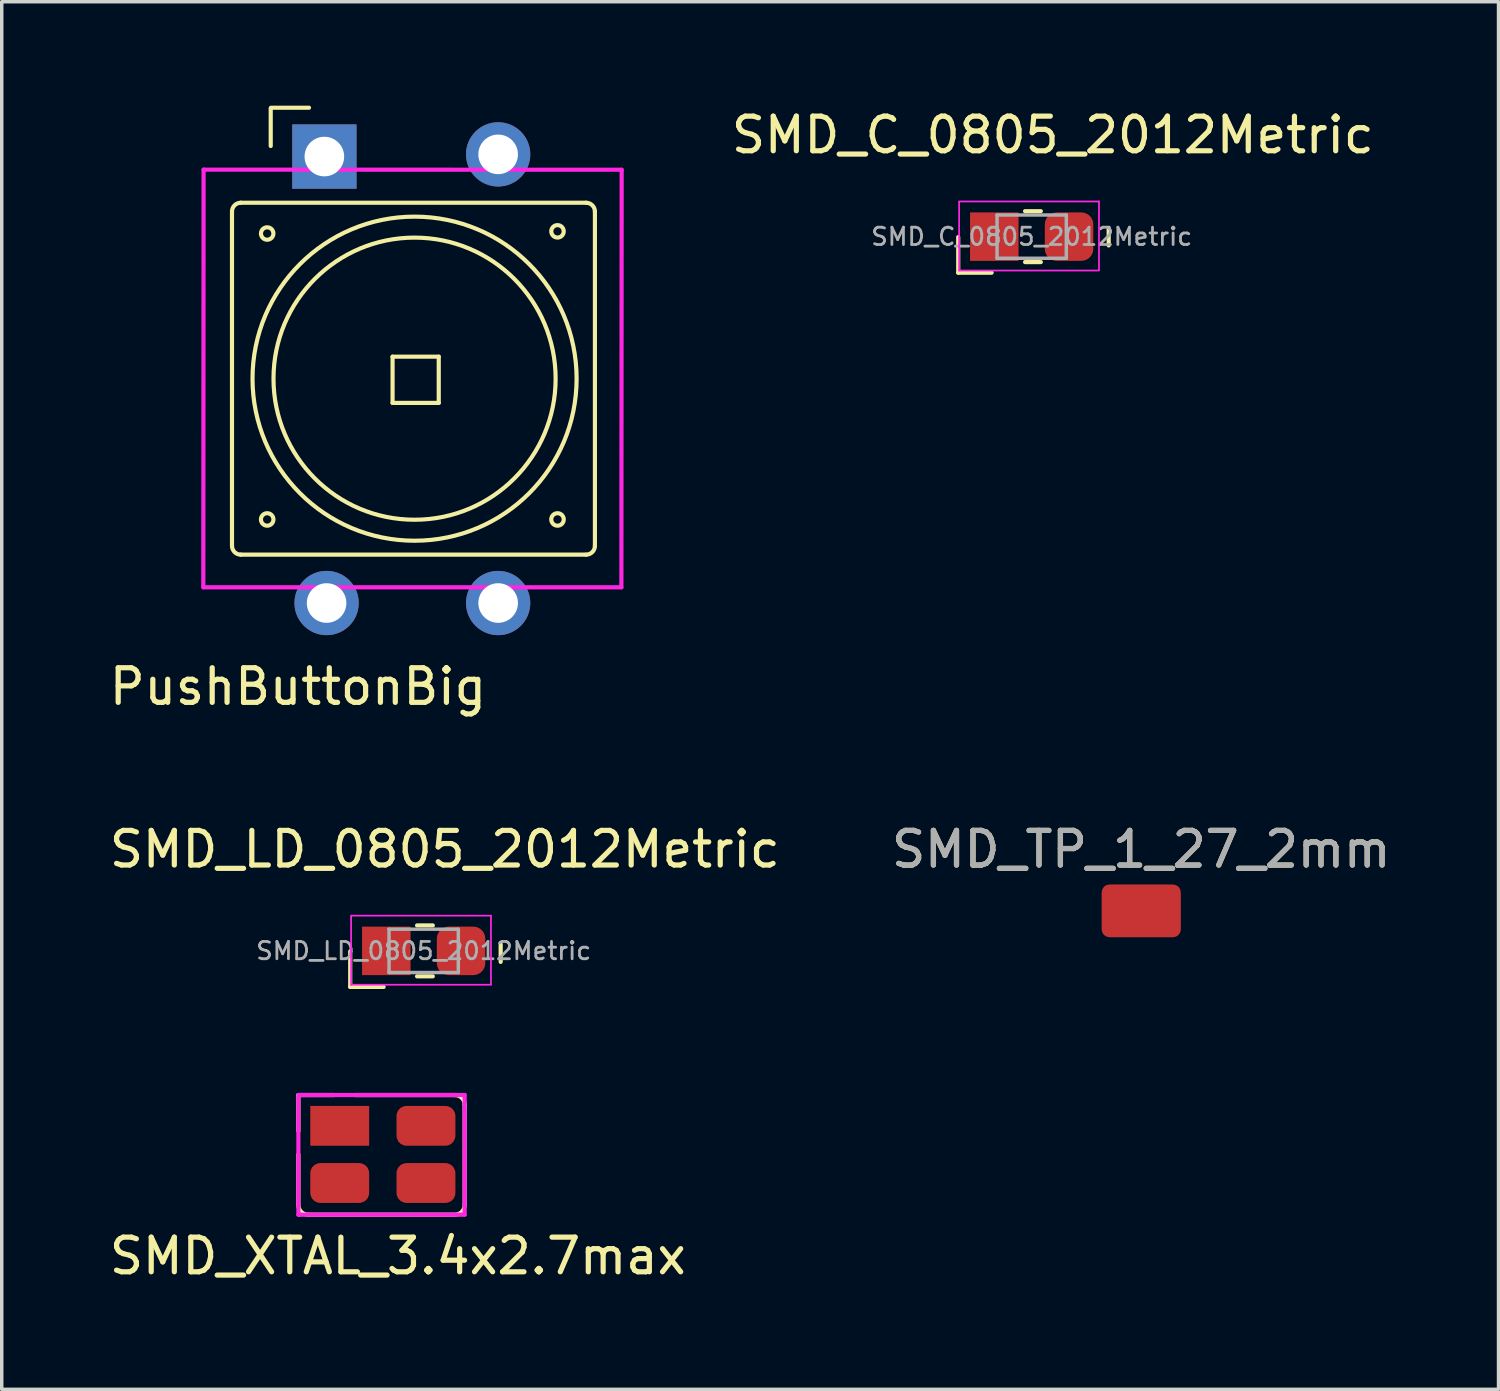
<source format=kicad_pcb>
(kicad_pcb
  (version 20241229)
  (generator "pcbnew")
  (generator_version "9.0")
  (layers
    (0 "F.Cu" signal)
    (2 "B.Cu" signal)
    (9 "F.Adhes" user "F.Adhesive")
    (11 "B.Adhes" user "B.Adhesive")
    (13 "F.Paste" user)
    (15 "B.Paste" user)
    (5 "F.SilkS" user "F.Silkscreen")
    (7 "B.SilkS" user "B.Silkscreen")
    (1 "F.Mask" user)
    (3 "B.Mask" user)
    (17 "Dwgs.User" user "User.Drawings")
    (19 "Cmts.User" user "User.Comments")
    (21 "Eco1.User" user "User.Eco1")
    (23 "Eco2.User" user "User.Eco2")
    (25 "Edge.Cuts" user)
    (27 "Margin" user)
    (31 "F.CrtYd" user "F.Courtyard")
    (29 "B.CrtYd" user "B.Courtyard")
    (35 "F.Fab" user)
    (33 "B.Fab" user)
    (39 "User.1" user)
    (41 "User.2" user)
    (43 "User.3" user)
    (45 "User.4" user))
  (footprint "PushButtonBig"
    (layer "F.Cu")
    (at 8.906 7.947)
    (property "Reference" "PushButtonBig" (at -3.353 8.826 0) (layer "F.SilkS") (effects (font (size 1 1) (thickness 0.15))))
    (attr through_hole)
    (fp_line (start -5.258 4.763) (end -5.258 -4.889) (stroke (width 0.12) (type solid)) (layer "F.SilkS"))
    (fp_line (start -4.14 -7.874) (end -4.14 -6.782) (stroke (width 0.12) (type solid)) (layer "F.SilkS"))
    (fp_line (start -4.128 -7.887) (end -3.035 -7.887) (stroke (width 0.12) (type solid)) (layer "F.SilkS"))
    (fp_line (start -0.622 -0.699) (end 0.711 -0.699) (stroke (width 0.12) (type solid)) (layer "F.SilkS"))
    (fp_line (start -0.622 0.635) (end -0.622 -0.699) (stroke (width 0.12) (type solid)) (layer "F.SilkS"))
    (fp_line (start 0.711 -0.699) (end 0.711 0.635) (stroke (width 0.12) (type solid)) (layer "F.SilkS"))
    (fp_line (start 0.711 0.635) (end -0.622 0.635) (stroke (width 0.12) (type solid)) (layer "F.SilkS"))
    (fp_line (start 4.966 -5.144) (end -5.004 -5.144) (stroke (width 0.12) (type solid)) (layer "F.SilkS"))
    (fp_line (start 4.966 5.016) (end -5.004 5.016) (stroke (width 0.12) (type solid)) (layer "F.SilkS"))
    (fp_line (start 5.22 -4.889) (end 5.22 4.763) (stroke (width 0.12) (type solid)) (layer "F.SilkS"))
    (fp_arc (start -5.2578 -4.8895) (mid -5.183405 -5.069105) (end -5.0038 -5.1435) (stroke (width 0.12) (type solid)) (layer "F.SilkS"))
    (fp_arc (start -5.0038 5.0165) (mid -5.183405 4.942105) (end -5.2578 4.7625) (stroke (width 0.12) (type solid)) (layer "F.SilkS"))
    (fp_arc (start 4.9657 -5.1435) (mid 5.145305 -5.069105) (end 5.2197 -4.8895) (stroke (width 0.12) (type solid)) (layer "F.SilkS"))
    (fp_arc (start 5.2197 4.7625) (mid 5.145305 4.942105) (end 4.9657 5.0165) (stroke (width 0.12) (type solid)) (layer "F.SilkS"))
    (fp_circle (center -4.242 -4.255) (end -4.115 -4.128) (stroke (width 0.12) (type solid)) (fill no) (layer "F.SilkS"))
    (fp_circle (center -4.242 4) (end -4.115 4.128) (stroke (width 0.12) (type solid)) (fill no) (layer "F.SilkS"))
    (fp_circle (center 0.013 -0.064) (end 3.505 2.032) (stroke (width 0.12) (type solid)) (fill no) (layer "F.SilkS"))
    (fp_circle (center 0.013 -0.064) (end 4.648 0.572) (stroke (width 0.12) (type solid)) (fill no) (layer "F.SilkS"))
    (fp_circle (center 4.14 -4.318) (end 4.267 -4.191) (stroke (width 0.12) (type solid)) (fill no) (layer "F.SilkS"))
    (fp_circle (center 4.14 4) (end 4.267 4.128) (stroke (width 0.12) (type solid)) (fill no) (layer "F.SilkS"))
    (fp_line (start -6.086 5.959) (end -6.078 -6.099) (stroke (width 0.12) (type solid)) (layer "F.CrtYd"))
    (fp_line (start 5.984 5.959) (end -6.086 5.959) (stroke (width 0.12) (type solid)) (layer "F.CrtYd"))
    (fp_line (start 5.992 -6.096) (end -6.078 -6.099) (stroke (width 0.12) (type solid)) (layer "F.CrtYd"))
    (fp_line (start 5.992 -6.096) (end 5.984 5.959) (stroke (width 0.12) (type solid)) (layer "F.CrtYd"))
    (pad "1" thru_hole rect (at -2.591 -6.477) (size 1.856 1.856) (drill 1.143) (layers "*.Cu" "*.Mask"))
    (pad "1" thru_hole circle (at -2.527 6.413) (size 1.856 1.856) (drill 1.143) (layers "*.Cu" "*.Mask"))
    (pad "2" thru_hole circle (at 2.426 -6.54) (size 1.856 1.856) (drill 1.143) (layers "*.Cu" "*.Mask"))
    (pad "2" thru_hole circle (at 2.426 6.413) (size 1.856 1.856) (drill 1.143) (layers "*.Cu" "*.Mask")))
  (footprint "SMD_LD_0805_2012Metric"
    (layer "F.Cu")
    (at 9.182 24.403)
    (property "Reference" "SMD_LD_0805_2012Metric" (at 0.61 -2.934 0) (layer "F.SilkS") (effects (font (size 1 1) (thickness 0.15))))
    (attr smd)
    (fp_line (start -2.121 1.041) (end -2.121 0.013) (stroke (width 0.12) (type solid)) (layer "F.SilkS"))
    (fp_line (start -2.121 1.041) (end -1.156 1.041) (stroke (width 0.12) (type solid)) (layer "F.SilkS"))
    (fp_line (start -0.191 -0.735) (end 0.264 -0.735) (stroke (width 0.12) (type solid)) (layer "F.SilkS"))
    (fp_line (start -0.191 0.735) (end 0.264 0.735) (stroke (width 0.12) (type solid)) (layer "F.SilkS"))
    (fp_line (start 2.223 -0.191) (end 2.223 0.318) (stroke (width 0.12) (type solid)) (layer "F.SilkS"))
    (fp_line (start -2.095 -1.016) (end 1.943 -1.016) (stroke (width 0.05) (type solid)) (layer "F.CrtYd"))
    (fp_line (start -2.095 0.978) (end -2.095 -1.003) (stroke (width 0.05) (type solid)) (layer "F.CrtYd"))
    (fp_line (start 1.943 -1.016) (end 1.943 0.965) (stroke (width 0.05) (type solid)) (layer "F.CrtYd"))
    (fp_line (start 1.943 0.978) (end -2.095 0.978) (stroke (width 0.05) (type solid)) (layer "F.CrtYd"))
    (fp_line (start -1 -0.625) (end 1 -0.625) (stroke (width 0.1) (type solid)) (layer "F.Fab"))
    (fp_line (start -1 0.625) (end -1 -0.625) (stroke (width 0.1) (type solid)) (layer "F.Fab"))
    (fp_line (start 1 -0.625) (end 1 0.625) (stroke (width 0.1) (type solid)) (layer "F.Fab"))
    (fp_line (start 1 0.625) (end -1 0.625) (stroke (width 0.1) (type solid)) (layer "F.Fab"))
    (fp_text user "${REFERENCE}" (at 0 0 0) (layer "F.Fab") (effects (font (size 0.5 0.5) (thickness 0.08))))
    (pad "1" smd rect (at -1.079 0) (size 1.4 1.4) (layers "F.Cu" "F.Mask" "F.Paste"))
    (pad "2" smd roundrect (at 1.079 0) (size 1.4 1.4) (layers "F.Cu" "F.Mask" "F.Paste") (roundrect_rratio 0.244)))
  (footprint "SMD_TP_1_27_2mm"
    (layer "F.Cu")
    (at 29.899 23.248)
    (property "Reference" "SMD_TP_1_27_2mm" (at 0 -1.778 0) (unlocked yes) (layer "F.SilkS") (effects (font (size 1 1) (thickness 0.15))))
    (attr smd)
    (fp_text user "${REFERENCE}" (at 0 -1.778 0) (unlocked yes) (layer "F.Fab") (effects (font (size 1 1) (thickness 0.15))))
    (pad "1" smd roundrect (at 0 0) (size 2.286 1.524) (layers "F.Cu" "F.Mask" "F.Paste") (roundrect_rratio 0.15)))
  (footprint "SMD_XTAL_3.4x2.7max"
    (layer "F.Cu")
    (at 8.003 30.267)
    (property "Reference" "SMD_XTAL_3.4x2.7max" (at 0.432 2.946 0) (layer "F.SilkS") (effects (font (size 1 1) (thickness 0.15))))
    (attr through_hole)
    (fp_line (start -2.438 -1.702) (end -1.397 -1.702) (stroke (width 0.12) (type solid)) (layer "F.SilkS"))
    (fp_line (start -2.438 -0.66) (end -2.438 -1.702) (stroke (width 0.12) (type solid)) (layer "F.SilkS"))
    (fp_line (start -2.438 0.013) (end -2.438 1.435) (stroke (width 0.12) (type solid)) (layer "F.SilkS"))
    (fp_line (start -0.8 -1.702) (end 2.108 -1.702) (stroke (width 0.12) (type solid)) (layer "F.SilkS"))
    (fp_line (start 2.045 1.753) (end -2.146 1.753) (stroke (width 0.12) (type solid)) (layer "F.SilkS"))
    (fp_line (start 2.362 1.448) (end 2.362 -1.422) (stroke (width 0.12) (type solid)) (layer "F.SilkS"))
    (fp_arc (start -2.159 1.7526) (mid -2.356566 1.670766) (end -2.4384 1.4732) (stroke (width 0.12) (type solid)) (layer "F.SilkS"))
    (fp_arc (start 2.0828 -1.7018) (mid 2.280366 -1.619966) (end 2.3622 -1.4224) (stroke (width 0.12) (type solid)) (layer "F.SilkS"))
    (fp_arc (start 2.3622 1.4732) (mid 2.280366 1.670766) (end 2.0828 1.7526) (stroke (width 0.12) (type solid)) (layer "F.SilkS"))
    (fp_line (start -2.438 1.753) (end -2.438 -1.702) (stroke (width 0.12) (type solid)) (layer "F.CrtYd"))
    (fp_line (start -2.413 -1.702) (end 2.362 -1.702) (stroke (width 0.12) (type solid)) (layer "F.CrtYd"))
    (fp_line (start -2.388 1.753) (end -2.438 1.753) (stroke (width 0.12) (type solid)) (layer "F.CrtYd"))
    (fp_line (start 2.362 -1.702) (end 2.362 1.753) (stroke (width 0.12) (type solid)) (layer "F.CrtYd"))
    (fp_line (start 2.362 1.753) (end -2.388 1.753) (stroke (width 0.12) (type solid)) (layer "F.CrtYd"))
    (pad "" smd roundrect (at -1.245 0.838) (size 1.7 1.15) (layers "F.Cu" "F.Mask" "F.Paste") (roundrect_rratio 0.25))
    (pad "" smd roundrect (at 1.245 0.838) (size 1.7 1.15) (layers "F.Cu" "F.Mask" "F.Paste") (roundrect_rratio 0.25))
    (pad "1" smd rect (at -1.245 -0.813) (size 1.7 1.15) (layers "F.Cu" "F.Mask" "F.Paste"))
    (pad "2" smd roundrect (at 1.245 -0.813) (size 1.7 1.15) (layers "F.Cu" "F.Mask" "F.Paste") (roundrect_rratio 0.25)))
  (footprint "SMD_C_0805_2012Metric"
    (layer "F.Cu")
    (at 26.736 3.782)
    (property "Reference" "SMD_C_0805_2012Metric" (at 0.61 -2.934 0) (layer "F.SilkS") (effects (font (size 1 1) (thickness 0.15))))
    (attr smd)
    (fp_line (start -2.121 1.041) (end -2.121 0.013) (stroke (width 0.12) (type solid)) (layer "F.SilkS"))
    (fp_line (start -2.121 1.041) (end -1.156 1.041) (stroke (width 0.12) (type solid)) (layer "F.SilkS"))
    (fp_line (start -0.191 -0.735) (end 0.264 -0.735) (stroke (width 0.12) (type solid)) (layer "F.SilkS"))
    (fp_line (start -0.191 0.735) (end 0.264 0.735) (stroke (width 0.12) (type solid)) (layer "F.SilkS"))
    (fp_line (start 2.223 -0.254) (end 2.223 0.254) (stroke (width 0.12) (type solid)) (layer "F.SilkS"))
    (fp_line (start -2.095 -1.016) (end 1.943 -1.016) (stroke (width 0.05) (type solid)) (layer "F.CrtYd"))
    (fp_line (start -2.095 0.978) (end -2.095 -1.003) (stroke (width 0.05) (type solid)) (layer "F.CrtYd"))
    (fp_line (start 1.943 -1.016) (end 1.943 0.965) (stroke (width 0.05) (type solid)) (layer "F.CrtYd"))
    (fp_line (start 1.943 0.978) (end -2.095 0.978) (stroke (width 0.05) (type solid)) (layer "F.CrtYd"))
    (fp_line (start -1 -0.625) (end 1 -0.625) (stroke (width 0.1) (type solid)) (layer "F.Fab"))
    (fp_line (start -1 0.625) (end -1 -0.625) (stroke (width 0.1) (type solid)) (layer "F.Fab"))
    (fp_line (start 1 -0.625) (end 1 0.625) (stroke (width 0.1) (type solid)) (layer "F.Fab"))
    (fp_line (start 1 0.625) (end -1 0.625) (stroke (width 0.1) (type solid)) (layer "F.Fab"))
    (fp_text user "${REFERENCE}" (at 0 0 0) (layer "F.Fab") (effects (font (size 0.5 0.5) (thickness 0.08))))
    (pad "1" smd rect (at -1.079 0) (size 1.4 1.4) (layers "F.Cu" "F.Mask" "F.Paste"))
    (pad "2" smd roundrect (at 1.079 0) (size 1.4 1.4) (layers "F.Cu" "F.Mask" "F.Paste") (roundrect_rratio 0.244)))
  (gr_rect
    (start -3 -3)
    (end 40.214 37.061)
    (stroke (width 0.1) (type default))
    (fill no)
    (layer "Edge.Cuts")))
</source>
